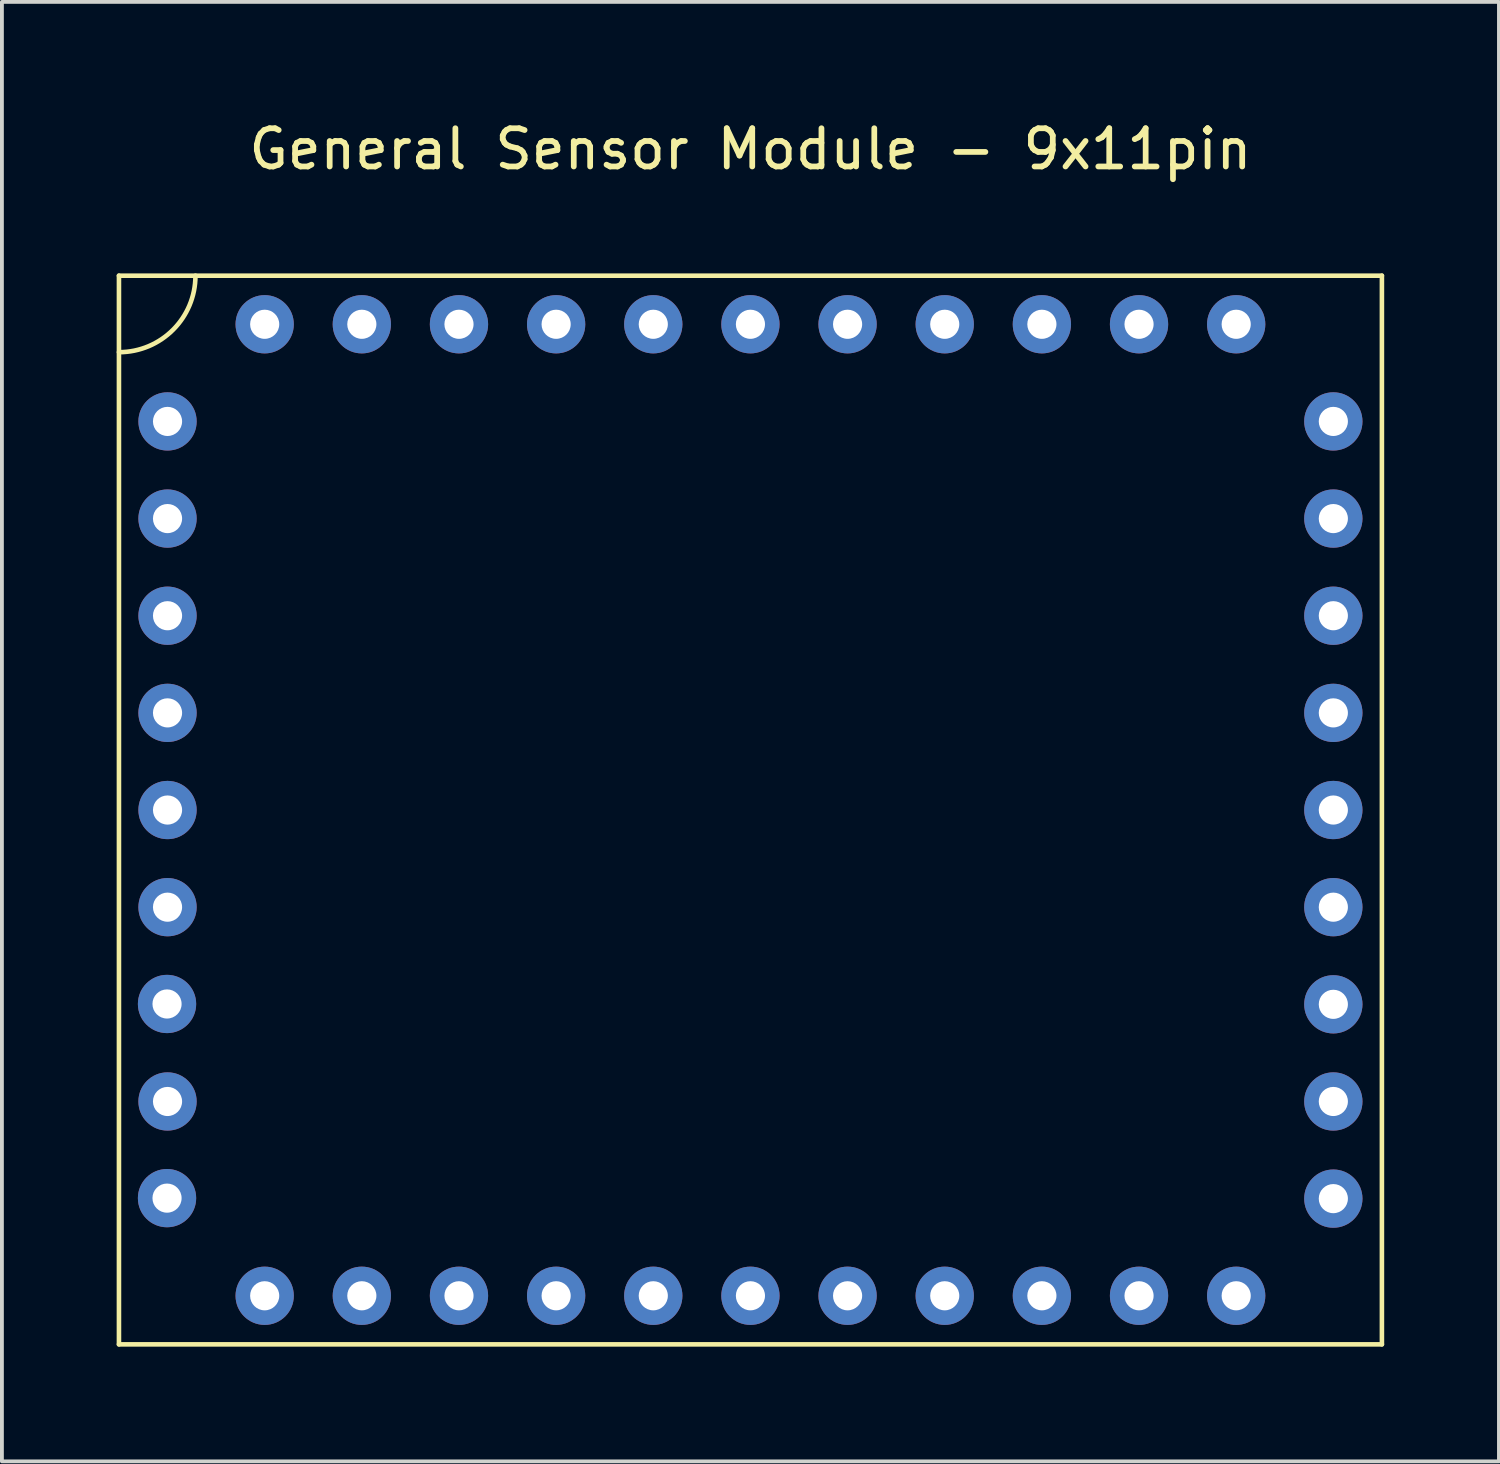
<source format=kicad_pcb>
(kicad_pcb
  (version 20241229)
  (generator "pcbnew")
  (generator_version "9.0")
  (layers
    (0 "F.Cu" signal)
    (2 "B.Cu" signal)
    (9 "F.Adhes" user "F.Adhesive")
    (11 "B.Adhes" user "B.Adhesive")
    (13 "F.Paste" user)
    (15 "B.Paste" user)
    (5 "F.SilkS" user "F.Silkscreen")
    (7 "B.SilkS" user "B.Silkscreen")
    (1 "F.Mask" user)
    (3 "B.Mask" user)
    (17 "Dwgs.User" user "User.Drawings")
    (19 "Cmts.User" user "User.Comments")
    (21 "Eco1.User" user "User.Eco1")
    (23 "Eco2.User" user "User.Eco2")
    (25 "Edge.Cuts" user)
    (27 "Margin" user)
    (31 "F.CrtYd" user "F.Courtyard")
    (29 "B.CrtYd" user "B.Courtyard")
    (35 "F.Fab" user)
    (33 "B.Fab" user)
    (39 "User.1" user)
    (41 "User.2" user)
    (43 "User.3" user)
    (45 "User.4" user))
  (footprint "General Sensor Module - 9x11pin"
    (layer "F.Cu")
    (at 16.57 18.128)
    (property "Reference" "General Sensor Module - 9x11pin" (at 0 -17.28 0) (layer "F.SilkS") (effects (font (size 1 1) (thickness 0.15))))
    (attr through_hole)
    (fp_line (start -16.51 -13.97) (end -16.51 13.97) (stroke (width 0.12) (type solid)) (layer "F.SilkS"))
    (fp_line (start -16.51 13.97) (end 16.51 13.97) (stroke (width 0.12) (type solid)) (layer "F.SilkS"))
    (fp_line (start 16.51 -13.97) (end -16.51 -13.97) (stroke (width 0.12) (type solid)) (layer "F.SilkS"))
    (fp_line (start 16.51 -13.97) (end 16.51 13.97) (stroke (width 0.12) (type solid)) (layer "F.SilkS"))
    (fp_arc (start -14.51 -13.97) (mid -15.095786 -12.555786) (end -16.51 -11.97) (stroke (width 0.12) (type solid)) (layer "F.SilkS"))
    (pad "1" thru_hole circle (at -12.7 12.7) (size 1.524 1.524) (drill 0.762) (layers "*.Cu" "*.Mask"))
    (pad "2" thru_hole circle (at -10.16 12.7) (size 1.524 1.524) (drill 0.762) (layers "*.Cu" "*.Mask"))
    (pad "3" thru_hole circle (at -7.62 12.7) (size 1.524 1.524) (drill 0.762) (layers "*.Cu" "*.Mask"))
    (pad "4" thru_hole circle (at -5.08 12.7) (size 1.524 1.524) (drill 0.762) (layers "*.Cu" "*.Mask"))
    (pad "5" thru_hole circle (at -2.54 12.7) (size 1.524 1.524) (drill 0.762) (layers "*.Cu" "*.Mask"))
    (pad "6" thru_hole circle (at 0 12.7) (size 1.524 1.524) (drill 0.762) (layers "*.Cu" "*.Mask"))
    (pad "7" thru_hole circle (at 2.54 12.7) (size 1.524 1.524) (drill 0.762) (layers "*.Cu" "*.Mask"))
    (pad "8" thru_hole circle (at 5.08 12.7) (size 1.524 1.524) (drill 0.762) (layers "*.Cu" "*.Mask"))
    (pad "9" thru_hole circle (at 7.62 12.7) (size 1.524 1.524) (drill 0.762) (layers "*.Cu" "*.Mask"))
    (pad "10" thru_hole circle (at 10.16 12.7) (size 1.524 1.524) (drill 0.762) (layers "*.Cu" "*.Mask"))
    (pad "11" thru_hole circle (at 12.7 12.7) (size 1.524 1.524) (drill 0.762) (layers "*.Cu" "*.Mask"))
    (pad "12" thru_hole circle (at 15.24 10.16) (size 1.524 1.524) (drill 0.762) (layers "*.Cu" "*.Mask"))
    (pad "13" thru_hole circle (at 15.24 7.62) (size 1.524 1.524) (drill 0.762) (layers "*.Cu" "*.Mask"))
    (pad "14" thru_hole circle (at 15.24 5.08) (size 1.524 1.524) (drill 0.762) (layers "*.Cu" "*.Mask"))
    (pad "15" thru_hole circle (at 15.24 2.54) (size 1.524 1.524) (drill 0.762) (layers "*.Cu" "*.Mask"))
    (pad "16" thru_hole circle (at 15.24 0) (size 1.524 1.524) (drill 0.762) (layers "*.Cu" "*.Mask"))
    (pad "17" thru_hole circle (at 15.24 -2.54) (size 1.524 1.524) (drill 0.762) (layers "*.Cu" "*.Mask"))
    (pad "18" thru_hole circle (at 15.24 -5.08) (size 1.524 1.524) (drill 0.762) (layers "*.Cu" "*.Mask"))
    (pad "19" thru_hole circle (at 15.24 -7.62) (size 1.524 1.524) (drill 0.762) (layers "*.Cu" "*.Mask"))
    (pad "20" thru_hole circle (at 15.24 -10.16) (size 1.524 1.524) (drill 0.762) (layers "*.Cu" "*.Mask"))
    (pad "21" thru_hole circle (at 12.7 -12.7) (size 1.524 1.524) (drill 0.762) (layers "*.Cu" "*.Mask"))
    (pad "22" thru_hole circle (at 10.16 -12.7) (size 1.524 1.524) (drill 0.762) (layers "*.Cu" "*.Mask"))
    (pad "23" thru_hole circle (at 7.62 -12.7) (size 1.524 1.524) (drill 0.762) (layers "*.Cu" "*.Mask"))
    (pad "24" thru_hole circle (at 5.08 -12.7) (size 1.524 1.524) (drill 0.762) (layers "*.Cu" "*.Mask"))
    (pad "25" thru_hole circle (at 2.54 -12.7) (size 1.524 1.524) (drill 0.762) (layers "*.Cu" "*.Mask"))
    (pad "26" thru_hole circle (at 0 -12.7) (size 1.524 1.524) (drill 0.762) (layers "*.Cu" "*.Mask"))
    (pad "27" thru_hole circle (at -2.54 -12.7) (size 1.524 1.524) (drill 0.762) (layers "*.Cu" "*.Mask"))
    (pad "28" thru_hole circle (at -5.08 -12.7) (size 1.524 1.524) (drill 0.762) (layers "*.Cu" "*.Mask"))
    (pad "29" thru_hole circle (at -7.62 -12.7) (size 1.524 1.524) (drill 0.762) (layers "*.Cu" "*.Mask"))
    (pad "30" thru_hole circle (at -10.16 -12.7) (size 1.524 1.524) (drill 0.762) (layers "*.Cu" "*.Mask"))
    (pad "31" thru_hole circle (at -12.7 -12.7) (size 1.524 1.524) (drill 0.762) (layers "*.Cu" "*.Mask"))
    (pad "32" thru_hole circle (at -15.24 -10.16) (size 1.524 1.524) (drill 0.762) (layers "*.Cu" "*.Mask"))
    (pad "33" thru_hole circle (at -15.24 -7.62) (size 1.524 1.524) (drill 0.762) (layers "*.Cu" "*.Mask"))
    (pad "34" thru_hole circle (at -15.24 -5.08) (size 1.524 1.524) (drill 0.762) (layers "*.Cu" "*.Mask"))
    (pad "35" thru_hole circle (at -15.24 -2.54) (size 1.524 1.524) (drill 0.762) (layers "*.Cu" "*.Mask"))
    (pad "36" thru_hole circle (at -15.24 0) (size 1.524 1.524) (drill 0.762) (layers "*.Cu" "*.Mask"))
    (pad "37" thru_hole circle (at -15.24 2.54) (size 1.524 1.524) (drill 0.762) (layers "*.Cu" "*.Mask"))
    (pad "38" thru_hole circle (at -15.253 5.071) (size 1.524 1.524) (drill 0.762) (layers "*.Cu" "*.Mask"))
    (pad "39" thru_hole circle (at -15.24 7.62) (size 1.524 1.524) (drill 0.762) (layers "*.Cu" "*.Mask"))
    (pad "40" thru_hole circle (at -15.253 10.147) (size 1.524 1.524) (drill 0.762) (layers "*.Cu" "*.Mask")))
  (gr_rect
    (start -3 -3)
    (end 36.14 35.158)
    (stroke (width 0.1) (type default))
    (fill no)
    (layer "Edge.Cuts")))
</source>
